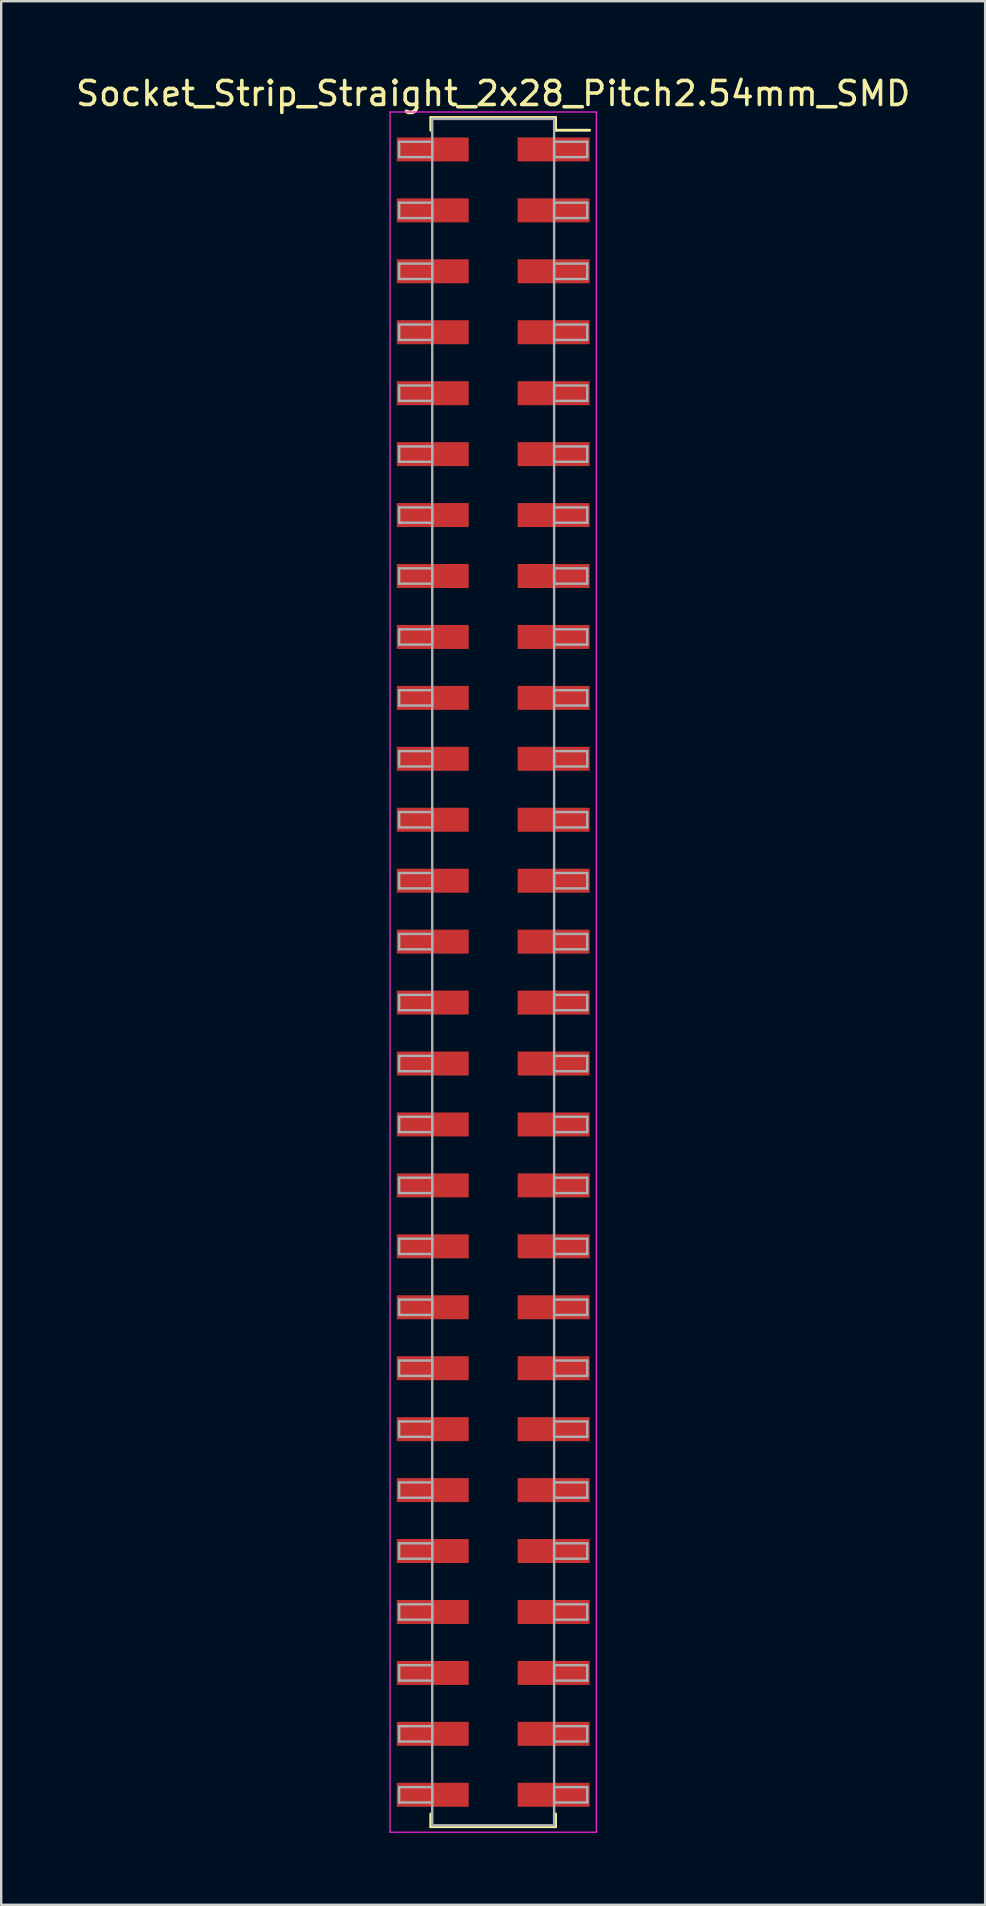
<source format=kicad_pcb>
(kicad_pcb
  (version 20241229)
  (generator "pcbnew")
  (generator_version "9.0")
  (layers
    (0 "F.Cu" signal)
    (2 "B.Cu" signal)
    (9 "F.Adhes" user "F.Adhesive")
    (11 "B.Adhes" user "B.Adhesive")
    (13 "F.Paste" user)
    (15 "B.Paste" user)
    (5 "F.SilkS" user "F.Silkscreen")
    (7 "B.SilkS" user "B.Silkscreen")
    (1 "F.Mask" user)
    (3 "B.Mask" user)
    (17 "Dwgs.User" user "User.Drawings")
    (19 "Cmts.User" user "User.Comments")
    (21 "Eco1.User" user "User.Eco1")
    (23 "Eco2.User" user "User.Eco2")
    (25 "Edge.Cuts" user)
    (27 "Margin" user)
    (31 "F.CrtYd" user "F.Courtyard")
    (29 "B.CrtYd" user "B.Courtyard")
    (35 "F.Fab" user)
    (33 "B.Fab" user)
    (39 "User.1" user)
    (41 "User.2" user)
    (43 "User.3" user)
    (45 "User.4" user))
  (footprint "Socket_Strip_Straight_2x28_Pitch2.54mm_SMD"
    (layer "F.Cu")
    (at 17.506 37.468)
    (property "Reference" "Socket_Strip_Straight_2x28_Pitch2.54mm_SMD" (at 0 -36.62 0) (layer "F.SilkS") (effects (font (size 1 1) (thickness 0.15))))
    (attr smd)
    (fp_line (start -2.6 -35.62) (end 2.6 -35.62) (stroke (width 0.12) (type solid)) (layer "F.SilkS"))
    (fp_line (start -2.6 -35.09) (end -2.6 -35.62) (stroke (width 0.12) (type solid)) (layer "F.SilkS"))
    (fp_line (start -2.6 35.09) (end -2.6 35.62) (stroke (width 0.12) (type solid)) (layer "F.SilkS"))
    (fp_line (start -2.6 35.62) (end 2.6 35.62) (stroke (width 0.12) (type solid)) (layer "F.SilkS"))
    (fp_line (start 2.6 -35.62) (end 2.6 -35.09) (stroke (width 0.12) (type solid)) (layer "F.SilkS"))
    (fp_line (start 2.6 35.62) (end 2.6 35.09) (stroke (width 0.12) (type solid)) (layer "F.SilkS"))
    (fp_line (start 4.02 -35.09) (end 2.6 -35.09) (stroke (width 0.12) (type solid)) (layer "F.SilkS"))
    (fp_line (start -4.3 -35.85) (end -4.3 35.85) (stroke (width 0.05) (type solid)) (layer "F.CrtYd"))
    (fp_line (start -4.3 35.85) (end 4.3 35.85) (stroke (width 0.05) (type solid)) (layer "F.CrtYd"))
    (fp_line (start 4.3 -35.85) (end -4.3 -35.85) (stroke (width 0.05) (type solid)) (layer "F.CrtYd"))
    (fp_line (start 4.3 35.85) (end 4.3 -35.85) (stroke (width 0.05) (type solid)) (layer "F.CrtYd"))
    (fp_line (start -3.92 -34.61) (end -2.54 -34.61) (stroke (width 0.1) (type solid)) (layer "F.Fab"))
    (fp_line (start -3.92 -33.97) (end -3.92 -34.61) (stroke (width 0.1) (type solid)) (layer "F.Fab"))
    (fp_line (start -3.92 -32.07) (end -2.54 -32.07) (stroke (width 0.1) (type solid)) (layer "F.Fab"))
    (fp_line (start -3.92 -31.43) (end -3.92 -32.07) (stroke (width 0.1) (type solid)) (layer "F.Fab"))
    (fp_line (start -3.92 -29.53) (end -2.54 -29.53) (stroke (width 0.1) (type solid)) (layer "F.Fab"))
    (fp_line (start -3.92 -28.89) (end -3.92 -29.53) (stroke (width 0.1) (type solid)) (layer "F.Fab"))
    (fp_line (start -3.92 -26.99) (end -2.54 -26.99) (stroke (width 0.1) (type solid)) (layer "F.Fab"))
    (fp_line (start -3.92 -26.35) (end -3.92 -26.99) (stroke (width 0.1) (type solid)) (layer "F.Fab"))
    (fp_line (start -3.92 -24.45) (end -2.54 -24.45) (stroke (width 0.1) (type solid)) (layer "F.Fab"))
    (fp_line (start -3.92 -23.81) (end -3.92 -24.45) (stroke (width 0.1) (type solid)) (layer "F.Fab"))
    (fp_line (start -3.92 -21.91) (end -2.54 -21.91) (stroke (width 0.1) (type solid)) (layer "F.Fab"))
    (fp_line (start -3.92 -21.27) (end -3.92 -21.91) (stroke (width 0.1) (type solid)) (layer "F.Fab"))
    (fp_line (start -3.92 -19.37) (end -2.54 -19.37) (stroke (width 0.1) (type solid)) (layer "F.Fab"))
    (fp_line (start -3.92 -18.73) (end -3.92 -19.37) (stroke (width 0.1) (type solid)) (layer "F.Fab"))
    (fp_line (start -3.92 -16.83) (end -2.54 -16.83) (stroke (width 0.1) (type solid)) (layer "F.Fab"))
    (fp_line (start -3.92 -16.19) (end -3.92 -16.83) (stroke (width 0.1) (type solid)) (layer "F.Fab"))
    (fp_line (start -3.92 -14.29) (end -2.54 -14.29) (stroke (width 0.1) (type solid)) (layer "F.Fab"))
    (fp_line (start -3.92 -13.65) (end -3.92 -14.29) (stroke (width 0.1) (type solid)) (layer "F.Fab"))
    (fp_line (start -3.92 -11.75) (end -2.54 -11.75) (stroke (width 0.1) (type solid)) (layer "F.Fab"))
    (fp_line (start -3.92 -11.11) (end -3.92 -11.75) (stroke (width 0.1) (type solid)) (layer "F.Fab"))
    (fp_line (start -3.92 -9.21) (end -2.54 -9.21) (stroke (width 0.1) (type solid)) (layer "F.Fab"))
    (fp_line (start -3.92 -8.57) (end -3.92 -9.21) (stroke (width 0.1) (type solid)) (layer "F.Fab"))
    (fp_line (start -3.92 -6.67) (end -2.54 -6.67) (stroke (width 0.1) (type solid)) (layer "F.Fab"))
    (fp_line (start -3.92 -6.03) (end -3.92 -6.67) (stroke (width 0.1) (type solid)) (layer "F.Fab"))
    (fp_line (start -3.92 -4.13) (end -2.54 -4.13) (stroke (width 0.1) (type solid)) (layer "F.Fab"))
    (fp_line (start -3.92 -3.49) (end -3.92 -4.13) (stroke (width 0.1) (type solid)) (layer "F.Fab"))
    (fp_line (start -3.92 -1.59) (end -2.54 -1.59) (stroke (width 0.1) (type solid)) (layer "F.Fab"))
    (fp_line (start -3.92 -0.95) (end -3.92 -1.59) (stroke (width 0.1) (type solid)) (layer "F.Fab"))
    (fp_line (start -3.92 0.95) (end -2.54 0.95) (stroke (width 0.1) (type solid)) (layer "F.Fab"))
    (fp_line (start -3.92 1.59) (end -3.92 0.95) (stroke (width 0.1) (type solid)) (layer "F.Fab"))
    (fp_line (start -3.92 3.49) (end -2.54 3.49) (stroke (width 0.1) (type solid)) (layer "F.Fab"))
    (fp_line (start -3.92 4.13) (end -3.92 3.49) (stroke (width 0.1) (type solid)) (layer "F.Fab"))
    (fp_line (start -3.92 6.03) (end -2.54 6.03) (stroke (width 0.1) (type solid)) (layer "F.Fab"))
    (fp_line (start -3.92 6.67) (end -3.92 6.03) (stroke (width 0.1) (type solid)) (layer "F.Fab"))
    (fp_line (start -3.92 8.57) (end -2.54 8.57) (stroke (width 0.1) (type solid)) (layer "F.Fab"))
    (fp_line (start -3.92 9.21) (end -3.92 8.57) (stroke (width 0.1) (type solid)) (layer "F.Fab"))
    (fp_line (start -3.92 11.11) (end -2.54 11.11) (stroke (width 0.1) (type solid)) (layer "F.Fab"))
    (fp_line (start -3.92 11.75) (end -3.92 11.11) (stroke (width 0.1) (type solid)) (layer "F.Fab"))
    (fp_line (start -3.92 13.65) (end -2.54 13.65) (stroke (width 0.1) (type solid)) (layer "F.Fab"))
    (fp_line (start -3.92 14.29) (end -3.92 13.65) (stroke (width 0.1) (type solid)) (layer "F.Fab"))
    (fp_line (start -3.92 16.19) (end -2.54 16.19) (stroke (width 0.1) (type solid)) (layer "F.Fab"))
    (fp_line (start -3.92 16.83) (end -3.92 16.19) (stroke (width 0.1) (type solid)) (layer "F.Fab"))
    (fp_line (start -3.92 18.73) (end -2.54 18.73) (stroke (width 0.1) (type solid)) (layer "F.Fab"))
    (fp_line (start -3.92 19.37) (end -3.92 18.73) (stroke (width 0.1) (type solid)) (layer "F.Fab"))
    (fp_line (start -3.92 21.27) (end -2.54 21.27) (stroke (width 0.1) (type solid)) (layer "F.Fab"))
    (fp_line (start -3.92 21.91) (end -3.92 21.27) (stroke (width 0.1) (type solid)) (layer "F.Fab"))
    (fp_line (start -3.92 23.81) (end -2.54 23.81) (stroke (width 0.1) (type solid)) (layer "F.Fab"))
    (fp_line (start -3.92 24.45) (end -3.92 23.81) (stroke (width 0.1) (type solid)) (layer "F.Fab"))
    (fp_line (start -3.92 26.35) (end -2.54 26.35) (stroke (width 0.1) (type solid)) (layer "F.Fab"))
    (fp_line (start -3.92 26.99) (end -3.92 26.35) (stroke (width 0.1) (type solid)) (layer "F.Fab"))
    (fp_line (start -3.92 28.89) (end -2.54 28.89) (stroke (width 0.1) (type solid)) (layer "F.Fab"))
    (fp_line (start -3.92 29.53) (end -3.92 28.89) (stroke (width 0.1) (type solid)) (layer "F.Fab"))
    (fp_line (start -3.92 31.43) (end -2.54 31.43) (stroke (width 0.1) (type solid)) (layer "F.Fab"))
    (fp_line (start -3.92 32.07) (end -3.92 31.43) (stroke (width 0.1) (type solid)) (layer "F.Fab"))
    (fp_line (start -3.92 33.97) (end -2.54 33.97) (stroke (width 0.1) (type solid)) (layer "F.Fab"))
    (fp_line (start -3.92 34.61) (end -3.92 33.97) (stroke (width 0.1) (type solid)) (layer "F.Fab"))
    (fp_line (start -2.54 -35.56) (end -2.54 35.56) (stroke (width 0.1) (type solid)) (layer "F.Fab"))
    (fp_line (start -2.54 -34.61) (end -2.54 -33.97) (stroke (width 0.1) (type solid)) (layer "F.Fab"))
    (fp_line (start -2.54 -33.97) (end -3.92 -33.97) (stroke (width 0.1) (type solid)) (layer "F.Fab"))
    (fp_line (start -2.54 -32.07) (end -2.54 -31.43) (stroke (width 0.1) (type solid)) (layer "F.Fab"))
    (fp_line (start -2.54 -31.43) (end -3.92 -31.43) (stroke (width 0.1) (type solid)) (layer "F.Fab"))
    (fp_line (start -2.54 -29.53) (end -2.54 -28.89) (stroke (width 0.1) (type solid)) (layer "F.Fab"))
    (fp_line (start -2.54 -28.89) (end -3.92 -28.89) (stroke (width 0.1) (type solid)) (layer "F.Fab"))
    (fp_line (start -2.54 -26.99) (end -2.54 -26.35) (stroke (width 0.1) (type solid)) (layer "F.Fab"))
    (fp_line (start -2.54 -26.35) (end -3.92 -26.35) (stroke (width 0.1) (type solid)) (layer "F.Fab"))
    (fp_line (start -2.54 -24.45) (end -2.54 -23.81) (stroke (width 0.1) (type solid)) (layer "F.Fab"))
    (fp_line (start -2.54 -23.81) (end -3.92 -23.81) (stroke (width 0.1) (type solid)) (layer "F.Fab"))
    (fp_line (start -2.54 -21.91) (end -2.54 -21.27) (stroke (width 0.1) (type solid)) (layer "F.Fab"))
    (fp_line (start -2.54 -21.27) (end -3.92 -21.27) (stroke (width 0.1) (type solid)) (layer "F.Fab"))
    (fp_line (start -2.54 -19.37) (end -2.54 -18.73) (stroke (width 0.1) (type solid)) (layer "F.Fab"))
    (fp_line (start -2.54 -18.73) (end -3.92 -18.73) (stroke (width 0.1) (type solid)) (layer "F.Fab"))
    (fp_line (start -2.54 -16.83) (end -2.54 -16.19) (stroke (width 0.1) (type solid)) (layer "F.Fab"))
    (fp_line (start -2.54 -16.19) (end -3.92 -16.19) (stroke (width 0.1) (type solid)) (layer "F.Fab"))
    (fp_line (start -2.54 -14.29) (end -2.54 -13.65) (stroke (width 0.1) (type solid)) (layer "F.Fab"))
    (fp_line (start -2.54 -13.65) (end -3.92 -13.65) (stroke (width 0.1) (type solid)) (layer "F.Fab"))
    (fp_line (start -2.54 -11.75) (end -2.54 -11.11) (stroke (width 0.1) (type solid)) (layer "F.Fab"))
    (fp_line (start -2.54 -11.11) (end -3.92 -11.11) (stroke (width 0.1) (type solid)) (layer "F.Fab"))
    (fp_line (start -2.54 -9.21) (end -2.54 -8.57) (stroke (width 0.1) (type solid)) (layer "F.Fab"))
    (fp_line (start -2.54 -8.57) (end -3.92 -8.57) (stroke (width 0.1) (type solid)) (layer "F.Fab"))
    (fp_line (start -2.54 -6.67) (end -2.54 -6.03) (stroke (width 0.1) (type solid)) (layer "F.Fab"))
    (fp_line (start -2.54 -6.03) (end -3.92 -6.03) (stroke (width 0.1) (type solid)) (layer "F.Fab"))
    (fp_line (start -2.54 -4.13) (end -2.54 -3.49) (stroke (width 0.1) (type solid)) (layer "F.Fab"))
    (fp_line (start -2.54 -3.49) (end -3.92 -3.49) (stroke (width 0.1) (type solid)) (layer "F.Fab"))
    (fp_line (start -2.54 -1.59) (end -2.54 -0.95) (stroke (width 0.1) (type solid)) (layer "F.Fab"))
    (fp_line (start -2.54 -0.95) (end -3.92 -0.95) (stroke (width 0.1) (type solid)) (layer "F.Fab"))
    (fp_line (start -2.54 0.95) (end -2.54 1.59) (stroke (width 0.1) (type solid)) (layer "F.Fab"))
    (fp_line (start -2.54 1.59) (end -3.92 1.59) (stroke (width 0.1) (type solid)) (layer "F.Fab"))
    (fp_line (start -2.54 3.49) (end -2.54 4.13) (stroke (width 0.1) (type solid)) (layer "F.Fab"))
    (fp_line (start -2.54 4.13) (end -3.92 4.13) (stroke (width 0.1) (type solid)) (layer "F.Fab"))
    (fp_line (start -2.54 6.03) (end -2.54 6.67) (stroke (width 0.1) (type solid)) (layer "F.Fab"))
    (fp_line (start -2.54 6.67) (end -3.92 6.67) (stroke (width 0.1) (type solid)) (layer "F.Fab"))
    (fp_line (start -2.54 8.57) (end -2.54 9.21) (stroke (width 0.1) (type solid)) (layer "F.Fab"))
    (fp_line (start -2.54 9.21) (end -3.92 9.21) (stroke (width 0.1) (type solid)) (layer "F.Fab"))
    (fp_line (start -2.54 11.11) (end -2.54 11.75) (stroke (width 0.1) (type solid)) (layer "F.Fab"))
    (fp_line (start -2.54 11.75) (end -3.92 11.75) (stroke (width 0.1) (type solid)) (layer "F.Fab"))
    (fp_line (start -2.54 13.65) (end -2.54 14.29) (stroke (width 0.1) (type solid)) (layer "F.Fab"))
    (fp_line (start -2.54 14.29) (end -3.92 14.29) (stroke (width 0.1) (type solid)) (layer "F.Fab"))
    (fp_line (start -2.54 16.19) (end -2.54 16.83) (stroke (width 0.1) (type solid)) (layer "F.Fab"))
    (fp_line (start -2.54 16.83) (end -3.92 16.83) (stroke (width 0.1) (type solid)) (layer "F.Fab"))
    (fp_line (start -2.54 18.73) (end -2.54 19.37) (stroke (width 0.1) (type solid)) (layer "F.Fab"))
    (fp_line (start -2.54 19.37) (end -3.92 19.37) (stroke (width 0.1) (type solid)) (layer "F.Fab"))
    (fp_line (start -2.54 21.27) (end -2.54 21.91) (stroke (width 0.1) (type solid)) (layer "F.Fab"))
    (fp_line (start -2.54 21.91) (end -3.92 21.91) (stroke (width 0.1) (type solid)) (layer "F.Fab"))
    (fp_line (start -2.54 23.81) (end -2.54 24.45) (stroke (width 0.1) (type solid)) (layer "F.Fab"))
    (fp_line (start -2.54 24.45) (end -3.92 24.45) (stroke (width 0.1) (type solid)) (layer "F.Fab"))
    (fp_line (start -2.54 26.35) (end -2.54 26.99) (stroke (width 0.1) (type solid)) (layer "F.Fab"))
    (fp_line (start -2.54 26.99) (end -3.92 26.99) (stroke (width 0.1) (type solid)) (layer "F.Fab"))
    (fp_line (start -2.54 28.89) (end -2.54 29.53) (stroke (width 0.1) (type solid)) (layer "F.Fab"))
    (fp_line (start -2.54 29.53) (end -3.92 29.53) (stroke (width 0.1) (type solid)) (layer "F.Fab"))
    (fp_line (start -2.54 31.43) (end -2.54 32.07) (stroke (width 0.1) (type solid)) (layer "F.Fab"))
    (fp_line (start -2.54 32.07) (end -3.92 32.07) (stroke (width 0.1) (type solid)) (layer "F.Fab"))
    (fp_line (start -2.54 33.97) (end -2.54 34.61) (stroke (width 0.1) (type solid)) (layer "F.Fab"))
    (fp_line (start -2.54 34.61) (end -3.92 34.61) (stroke (width 0.1) (type solid)) (layer "F.Fab"))
    (fp_line (start -2.54 35.56) (end 2.54 35.56) (stroke (width 0.1) (type solid)) (layer "F.Fab"))
    (fp_line (start 2.54 -35.56) (end -2.54 -35.56) (stroke (width 0.1) (type solid)) (layer "F.Fab"))
    (fp_line (start 2.54 -34.61) (end 2.54 -33.97) (stroke (width 0.1) (type solid)) (layer "F.Fab"))
    (fp_line (start 2.54 -33.97) (end 3.92 -33.97) (stroke (width 0.1) (type solid)) (layer "F.Fab"))
    (fp_line (start 2.54 -32.07) (end 2.54 -31.43) (stroke (width 0.1) (type solid)) (layer "F.Fab"))
    (fp_line (start 2.54 -31.43) (end 3.92 -31.43) (stroke (width 0.1) (type solid)) (layer "F.Fab"))
    (fp_line (start 2.54 -29.53) (end 2.54 -28.89) (stroke (width 0.1) (type solid)) (layer "F.Fab"))
    (fp_line (start 2.54 -28.89) (end 3.92 -28.89) (stroke (width 0.1) (type solid)) (layer "F.Fab"))
    (fp_line (start 2.54 -26.99) (end 2.54 -26.35) (stroke (width 0.1) (type solid)) (layer "F.Fab"))
    (fp_line (start 2.54 -26.35) (end 3.92 -26.35) (stroke (width 0.1) (type solid)) (layer "F.Fab"))
    (fp_line (start 2.54 -24.45) (end 2.54 -23.81) (stroke (width 0.1) (type solid)) (layer "F.Fab"))
    (fp_line (start 2.54 -23.81) (end 3.92 -23.81) (stroke (width 0.1) (type solid)) (layer "F.Fab"))
    (fp_line (start 2.54 -21.91) (end 2.54 -21.27) (stroke (width 0.1) (type solid)) (layer "F.Fab"))
    (fp_line (start 2.54 -21.27) (end 3.92 -21.27) (stroke (width 0.1) (type solid)) (layer "F.Fab"))
    (fp_line (start 2.54 -19.37) (end 2.54 -18.73) (stroke (width 0.1) (type solid)) (layer "F.Fab"))
    (fp_line (start 2.54 -18.73) (end 3.92 -18.73) (stroke (width 0.1) (type solid)) (layer "F.Fab"))
    (fp_line (start 2.54 -16.83) (end 2.54 -16.19) (stroke (width 0.1) (type solid)) (layer "F.Fab"))
    (fp_line (start 2.54 -16.19) (end 3.92 -16.19) (stroke (width 0.1) (type solid)) (layer "F.Fab"))
    (fp_line (start 2.54 -14.29) (end 2.54 -13.65) (stroke (width 0.1) (type solid)) (layer "F.Fab"))
    (fp_line (start 2.54 -13.65) (end 3.92 -13.65) (stroke (width 0.1) (type solid)) (layer "F.Fab"))
    (fp_line (start 2.54 -11.75) (end 2.54 -11.11) (stroke (width 0.1) (type solid)) (layer "F.Fab"))
    (fp_line (start 2.54 -11.11) (end 3.92 -11.11) (stroke (width 0.1) (type solid)) (layer "F.Fab"))
    (fp_line (start 2.54 -9.21) (end 2.54 -8.57) (stroke (width 0.1) (type solid)) (layer "F.Fab"))
    (fp_line (start 2.54 -8.57) (end 3.92 -8.57) (stroke (width 0.1) (type solid)) (layer "F.Fab"))
    (fp_line (start 2.54 -6.67) (end 2.54 -6.03) (stroke (width 0.1) (type solid)) (layer "F.Fab"))
    (fp_line (start 2.54 -6.03) (end 3.92 -6.03) (stroke (width 0.1) (type solid)) (layer "F.Fab"))
    (fp_line (start 2.54 -4.13) (end 2.54 -3.49) (stroke (width 0.1) (type solid)) (layer "F.Fab"))
    (fp_line (start 2.54 -3.49) (end 3.92 -3.49) (stroke (width 0.1) (type solid)) (layer "F.Fab"))
    (fp_line (start 2.54 -1.59) (end 2.54 -0.95) (stroke (width 0.1) (type solid)) (layer "F.Fab"))
    (fp_line (start 2.54 -0.95) (end 3.92 -0.95) (stroke (width 0.1) (type solid)) (layer "F.Fab"))
    (fp_line (start 2.54 0.95) (end 2.54 1.59) (stroke (width 0.1) (type solid)) (layer "F.Fab"))
    (fp_line (start 2.54 1.59) (end 3.92 1.59) (stroke (width 0.1) (type solid)) (layer "F.Fab"))
    (fp_line (start 2.54 3.49) (end 2.54 4.13) (stroke (width 0.1) (type solid)) (layer "F.Fab"))
    (fp_line (start 2.54 4.13) (end 3.92 4.13) (stroke (width 0.1) (type solid)) (layer "F.Fab"))
    (fp_line (start 2.54 6.03) (end 2.54 6.67) (stroke (width 0.1) (type solid)) (layer "F.Fab"))
    (fp_line (start 2.54 6.67) (end 3.92 6.67) (stroke (width 0.1) (type solid)) (layer "F.Fab"))
    (fp_line (start 2.54 8.57) (end 2.54 9.21) (stroke (width 0.1) (type solid)) (layer "F.Fab"))
    (fp_line (start 2.54 9.21) (end 3.92 9.21) (stroke (width 0.1) (type solid)) (layer "F.Fab"))
    (fp_line (start 2.54 11.11) (end 2.54 11.75) (stroke (width 0.1) (type solid)) (layer "F.Fab"))
    (fp_line (start 2.54 11.75) (end 3.92 11.75) (stroke (width 0.1) (type solid)) (layer "F.Fab"))
    (fp_line (start 2.54 13.65) (end 2.54 14.29) (stroke (width 0.1) (type solid)) (layer "F.Fab"))
    (fp_line (start 2.54 14.29) (end 3.92 14.29) (stroke (width 0.1) (type solid)) (layer "F.Fab"))
    (fp_line (start 2.54 16.19) (end 2.54 16.83) (stroke (width 0.1) (type solid)) (layer "F.Fab"))
    (fp_line (start 2.54 16.83) (end 3.92 16.83) (stroke (width 0.1) (type solid)) (layer "F.Fab"))
    (fp_line (start 2.54 18.73) (end 2.54 19.37) (stroke (width 0.1) (type solid)) (layer "F.Fab"))
    (fp_line (start 2.54 19.37) (end 3.92 19.37) (stroke (width 0.1) (type solid)) (layer "F.Fab"))
    (fp_line (start 2.54 21.27) (end 2.54 21.91) (stroke (width 0.1) (type solid)) (layer "F.Fab"))
    (fp_line (start 2.54 21.91) (end 3.92 21.91) (stroke (width 0.1) (type solid)) (layer "F.Fab"))
    (fp_line (start 2.54 23.81) (end 2.54 24.45) (stroke (width 0.1) (type solid)) (layer "F.Fab"))
    (fp_line (start 2.54 24.45) (end 3.92 24.45) (stroke (width 0.1) (type solid)) (layer "F.Fab"))
    (fp_line (start 2.54 26.35) (end 2.54 26.99) (stroke (width 0.1) (type solid)) (layer "F.Fab"))
    (fp_line (start 2.54 26.99) (end 3.92 26.99) (stroke (width 0.1) (type solid)) (layer "F.Fab"))
    (fp_line (start 2.54 28.89) (end 2.54 29.53) (stroke (width 0.1) (type solid)) (layer "F.Fab"))
    (fp_line (start 2.54 29.53) (end 3.92 29.53) (stroke (width 0.1) (type solid)) (layer "F.Fab"))
    (fp_line (start 2.54 31.43) (end 2.54 32.07) (stroke (width 0.1) (type solid)) (layer "F.Fab"))
    (fp_line (start 2.54 32.07) (end 3.92 32.07) (stroke (width 0.1) (type solid)) (layer "F.Fab"))
    (fp_line (start 2.54 33.97) (end 2.54 34.61) (stroke (width 0.1) (type solid)) (layer "F.Fab"))
    (fp_line (start 2.54 34.61) (end 3.92 34.61) (stroke (width 0.1) (type solid)) (layer "F.Fab"))
    (fp_line (start 2.54 35.56) (end 2.54 -35.56) (stroke (width 0.1) (type solid)) (layer "F.Fab"))
    (fp_line (start 3.92 -34.61) (end 2.54 -34.61) (stroke (width 0.1) (type solid)) (layer "F.Fab"))
    (fp_line (start 3.92 -33.97) (end 3.92 -34.61) (stroke (width 0.1) (type solid)) (layer "F.Fab"))
    (fp_line (start 3.92 -32.07) (end 2.54 -32.07) (stroke (width 0.1) (type solid)) (layer "F.Fab"))
    (fp_line (start 3.92 -31.43) (end 3.92 -32.07) (stroke (width 0.1) (type solid)) (layer "F.Fab"))
    (fp_line (start 3.92 -29.53) (end 2.54 -29.53) (stroke (width 0.1) (type solid)) (layer "F.Fab"))
    (fp_line (start 3.92 -28.89) (end 3.92 -29.53) (stroke (width 0.1) (type solid)) (layer "F.Fab"))
    (fp_line (start 3.92 -26.99) (end 2.54 -26.99) (stroke (width 0.1) (type solid)) (layer "F.Fab"))
    (fp_line (start 3.92 -26.35) (end 3.92 -26.99) (stroke (width 0.1) (type solid)) (layer "F.Fab"))
    (fp_line (start 3.92 -24.45) (end 2.54 -24.45) (stroke (width 0.1) (type solid)) (layer "F.Fab"))
    (fp_line (start 3.92 -23.81) (end 3.92 -24.45) (stroke (width 0.1) (type solid)) (layer "F.Fab"))
    (fp_line (start 3.92 -21.91) (end 2.54 -21.91) (stroke (width 0.1) (type solid)) (layer "F.Fab"))
    (fp_line (start 3.92 -21.27) (end 3.92 -21.91) (stroke (width 0.1) (type solid)) (layer "F.Fab"))
    (fp_line (start 3.92 -19.37) (end 2.54 -19.37) (stroke (width 0.1) (type solid)) (layer "F.Fab"))
    (fp_line (start 3.92 -18.73) (end 3.92 -19.37) (stroke (width 0.1) (type solid)) (layer "F.Fab"))
    (fp_line (start 3.92 -16.83) (end 2.54 -16.83) (stroke (width 0.1) (type solid)) (layer "F.Fab"))
    (fp_line (start 3.92 -16.19) (end 3.92 -16.83) (stroke (width 0.1) (type solid)) (layer "F.Fab"))
    (fp_line (start 3.92 -14.29) (end 2.54 -14.29) (stroke (width 0.1) (type solid)) (layer "F.Fab"))
    (fp_line (start 3.92 -13.65) (end 3.92 -14.29) (stroke (width 0.1) (type solid)) (layer "F.Fab"))
    (fp_line (start 3.92 -11.75) (end 2.54 -11.75) (stroke (width 0.1) (type solid)) (layer "F.Fab"))
    (fp_line (start 3.92 -11.11) (end 3.92 -11.75) (stroke (width 0.1) (type solid)) (layer "F.Fab"))
    (fp_line (start 3.92 -9.21) (end 2.54 -9.21) (stroke (width 0.1) (type solid)) (layer "F.Fab"))
    (fp_line (start 3.92 -8.57) (end 3.92 -9.21) (stroke (width 0.1) (type solid)) (layer "F.Fab"))
    (fp_line (start 3.92 -6.67) (end 2.54 -6.67) (stroke (width 0.1) (type solid)) (layer "F.Fab"))
    (fp_line (start 3.92 -6.03) (end 3.92 -6.67) (stroke (width 0.1) (type solid)) (layer "F.Fab"))
    (fp_line (start 3.92 -4.13) (end 2.54 -4.13) (stroke (width 0.1) (type solid)) (layer "F.Fab"))
    (fp_line (start 3.92 -3.49) (end 3.92 -4.13) (stroke (width 0.1) (type solid)) (layer "F.Fab"))
    (fp_line (start 3.92 -1.59) (end 2.54 -1.59) (stroke (width 0.1) (type solid)) (layer "F.Fab"))
    (fp_line (start 3.92 -0.95) (end 3.92 -1.59) (stroke (width 0.1) (type solid)) (layer "F.Fab"))
    (fp_line (start 3.92 0.95) (end 2.54 0.95) (stroke (width 0.1) (type solid)) (layer "F.Fab"))
    (fp_line (start 3.92 1.59) (end 3.92 0.95) (stroke (width 0.1) (type solid)) (layer "F.Fab"))
    (fp_line (start 3.92 3.49) (end 2.54 3.49) (stroke (width 0.1) (type solid)) (layer "F.Fab"))
    (fp_line (start 3.92 4.13) (end 3.92 3.49) (stroke (width 0.1) (type solid)) (layer "F.Fab"))
    (fp_line (start 3.92 6.03) (end 2.54 6.03) (stroke (width 0.1) (type solid)) (layer "F.Fab"))
    (fp_line (start 3.92 6.67) (end 3.92 6.03) (stroke (width 0.1) (type solid)) (layer "F.Fab"))
    (fp_line (start 3.92 8.57) (end 2.54 8.57) (stroke (width 0.1) (type solid)) (layer "F.Fab"))
    (fp_line (start 3.92 9.21) (end 3.92 8.57) (stroke (width 0.1) (type solid)) (layer "F.Fab"))
    (fp_line (start 3.92 11.11) (end 2.54 11.11) (stroke (width 0.1) (type solid)) (layer "F.Fab"))
    (fp_line (start 3.92 11.75) (end 3.92 11.11) (stroke (width 0.1) (type solid)) (layer "F.Fab"))
    (fp_line (start 3.92 13.65) (end 2.54 13.65) (stroke (width 0.1) (type solid)) (layer "F.Fab"))
    (fp_line (start 3.92 14.29) (end 3.92 13.65) (stroke (width 0.1) (type solid)) (layer "F.Fab"))
    (fp_line (start 3.92 16.19) (end 2.54 16.19) (stroke (width 0.1) (type solid)) (layer "F.Fab"))
    (fp_line (start 3.92 16.83) (end 3.92 16.19) (stroke (width 0.1) (type solid)) (layer "F.Fab"))
    (fp_line (start 3.92 18.73) (end 2.54 18.73) (stroke (width 0.1) (type solid)) (layer "F.Fab"))
    (fp_line (start 3.92 19.37) (end 3.92 18.73) (stroke (width 0.1) (type solid)) (layer "F.Fab"))
    (fp_line (start 3.92 21.27) (end 2.54 21.27) (stroke (width 0.1) (type solid)) (layer "F.Fab"))
    (fp_line (start 3.92 21.91) (end 3.92 21.27) (stroke (width 0.1) (type solid)) (layer "F.Fab"))
    (fp_line (start 3.92 23.81) (end 2.54 23.81) (stroke (width 0.1) (type solid)) (layer "F.Fab"))
    (fp_line (start 3.92 24.45) (end 3.92 23.81) (stroke (width 0.1) (type solid)) (layer "F.Fab"))
    (fp_line (start 3.92 26.35) (end 2.54 26.35) (stroke (width 0.1) (type solid)) (layer "F.Fab"))
    (fp_line (start 3.92 26.99) (end 3.92 26.35) (stroke (width 0.1) (type solid)) (layer "F.Fab"))
    (fp_line (start 3.92 28.89) (end 2.54 28.89) (stroke (width 0.1) (type solid)) (layer "F.Fab"))
    (fp_line (start 3.92 29.53) (end 3.92 28.89) (stroke (width 0.1) (type solid)) (layer "F.Fab"))
    (fp_line (start 3.92 31.43) (end 2.54 31.43) (stroke (width 0.1) (type solid)) (layer "F.Fab"))
    (fp_line (start 3.92 32.07) (end 3.92 31.43) (stroke (width 0.1) (type solid)) (layer "F.Fab"))
    (fp_line (start 3.92 33.97) (end 2.54 33.97) (stroke (width 0.1) (type solid)) (layer "F.Fab"))
    (fp_line (start 3.92 34.61) (end 3.92 33.97) (stroke (width 0.1) (type solid)) (layer "F.Fab"))
    (pad "1" smd rect (at 2.52 -34.29) (size 3 1) (layers "F.Cu" "F.Mask"))
    (pad "2" smd rect (at -2.52 -34.29) (size 3 1) (layers "F.Cu" "F.Mask"))
    (pad "3" smd rect (at 2.52 -31.75) (size 3 1) (layers "F.Cu" "F.Mask"))
    (pad "4" smd rect (at -2.52 -31.75) (size 3 1) (layers "F.Cu" "F.Mask"))
    (pad "5" smd rect (at 2.52 -29.21) (size 3 1) (layers "F.Cu" "F.Mask"))
    (pad "6" smd rect (at -2.52 -29.21) (size 3 1) (layers "F.Cu" "F.Mask"))
    (pad "7" smd rect (at 2.52 -26.67) (size 3 1) (layers "F.Cu" "F.Mask"))
    (pad "8" smd rect (at -2.52 -26.67) (size 3 1) (layers "F.Cu" "F.Mask"))
    (pad "9" smd rect (at 2.52 -24.13) (size 3 1) (layers "F.Cu" "F.Mask"))
    (pad "10" smd rect (at -2.52 -24.13) (size 3 1) (layers "F.Cu" "F.Mask"))
    (pad "11" smd rect (at 2.52 -21.59) (size 3 1) (layers "F.Cu" "F.Mask"))
    (pad "12" smd rect (at -2.52 -21.59) (size 3 1) (layers "F.Cu" "F.Mask"))
    (pad "13" smd rect (at 2.52 -19.05) (size 3 1) (layers "F.Cu" "F.Mask"))
    (pad "14" smd rect (at -2.52 -19.05) (size 3 1) (layers "F.Cu" "F.Mask"))
    (pad "15" smd rect (at 2.52 -16.51) (size 3 1) (layers "F.Cu" "F.Mask"))
    (pad "16" smd rect (at -2.52 -16.51) (size 3 1) (layers "F.Cu" "F.Mask"))
    (pad "17" smd rect (at 2.52 -13.97) (size 3 1) (layers "F.Cu" "F.Mask"))
    (pad "18" smd rect (at -2.52 -13.97) (size 3 1) (layers "F.Cu" "F.Mask"))
    (pad "19" smd rect (at 2.52 -11.43) (size 3 1) (layers "F.Cu" "F.Mask"))
    (pad "20" smd rect (at -2.52 -11.43) (size 3 1) (layers "F.Cu" "F.Mask"))
    (pad "21" smd rect (at 2.52 -8.89) (size 3 1) (layers "F.Cu" "F.Mask"))
    (pad "22" smd rect (at -2.52 -8.89) (size 3 1) (layers "F.Cu" "F.Mask"))
    (pad "23" smd rect (at 2.52 -6.35) (size 3 1) (layers "F.Cu" "F.Mask"))
    (pad "24" smd rect (at -2.52 -6.35) (size 3 1) (layers "F.Cu" "F.Mask"))
    (pad "25" smd rect (at 2.52 -3.81) (size 3 1) (layers "F.Cu" "F.Mask"))
    (pad "26" smd rect (at -2.52 -3.81) (size 3 1) (layers "F.Cu" "F.Mask"))
    (pad "27" smd rect (at 2.52 -1.27) (size 3 1) (layers "F.Cu" "F.Mask"))
    (pad "28" smd rect (at -2.52 -1.27) (size 3 1) (layers "F.Cu" "F.Mask"))
    (pad "29" smd rect (at 2.52 1.27) (size 3 1) (layers "F.Cu" "F.Mask"))
    (pad "30" smd rect (at -2.52 1.27) (size 3 1) (layers "F.Cu" "F.Mask"))
    (pad "31" smd rect (at 2.52 3.81) (size 3 1) (layers "F.Cu" "F.Mask"))
    (pad "32" smd rect (at -2.52 3.81) (size 3 1) (layers "F.Cu" "F.Mask"))
    (pad "33" smd rect (at 2.52 6.35) (size 3 1) (layers "F.Cu" "F.Mask"))
    (pad "34" smd rect (at -2.52 6.35) (size 3 1) (layers "F.Cu" "F.Mask"))
    (pad "35" smd rect (at 2.52 8.89) (size 3 1) (layers "F.Cu" "F.Mask"))
    (pad "36" smd rect (at -2.52 8.89) (size 3 1) (layers "F.Cu" "F.Mask"))
    (pad "37" smd rect (at 2.52 11.43) (size 3 1) (layers "F.Cu" "F.Mask"))
    (pad "38" smd rect (at -2.52 11.43) (size 3 1) (layers "F.Cu" "F.Mask"))
    (pad "39" smd rect (at 2.52 13.97) (size 3 1) (layers "F.Cu" "F.Mask"))
    (pad "40" smd rect (at -2.52 13.97) (size 3 1) (layers "F.Cu" "F.Mask"))
    (pad "41" smd rect (at 2.52 16.51) (size 3 1) (layers "F.Cu" "F.Mask"))
    (pad "42" smd rect (at -2.52 16.51) (size 3 1) (layers "F.Cu" "F.Mask"))
    (pad "43" smd rect (at 2.52 19.05) (size 3 1) (layers "F.Cu" "F.Mask"))
    (pad "44" smd rect (at -2.52 19.05) (size 3 1) (layers "F.Cu" "F.Mask"))
    (pad "45" smd rect (at 2.52 21.59) (size 3 1) (layers "F.Cu" "F.Mask"))
    (pad "46" smd rect (at -2.52 21.59) (size 3 1) (layers "F.Cu" "F.Mask"))
    (pad "47" smd rect (at 2.52 24.13) (size 3 1) (layers "F.Cu" "F.Mask"))
    (pad "48" smd rect (at -2.52 24.13) (size 3 1) (layers "F.Cu" "F.Mask"))
    (pad "49" smd rect (at 2.52 26.67) (size 3 1) (layers "F.Cu" "F.Mask"))
    (pad "50" smd rect (at -2.52 26.67) (size 3 1) (layers "F.Cu" "F.Mask"))
    (pad "51" smd rect (at 2.52 29.21) (size 3 1) (layers "F.Cu" "F.Mask"))
    (pad "52" smd rect (at -2.52 29.21) (size 3 1) (layers "F.Cu" "F.Mask"))
    (pad "53" smd rect (at 2.52 31.75) (size 3 1) (layers "F.Cu" "F.Mask"))
    (pad "54" smd rect (at -2.52 31.75) (size 3 1) (layers "F.Cu" "F.Mask"))
    (pad "55" smd rect (at 2.52 34.29) (size 3 1) (layers "F.Cu" "F.Mask"))
    (pad "56" smd rect (at -2.52 34.29) (size 3 1) (layers "F.Cu" "F.Mask")))
  (gr_rect
    (start -3 -3)
    (end 38.012 76.343)
    (stroke (width 0.1) (type default))
    (fill no)
    (layer "Edge.Cuts")))
</source>
